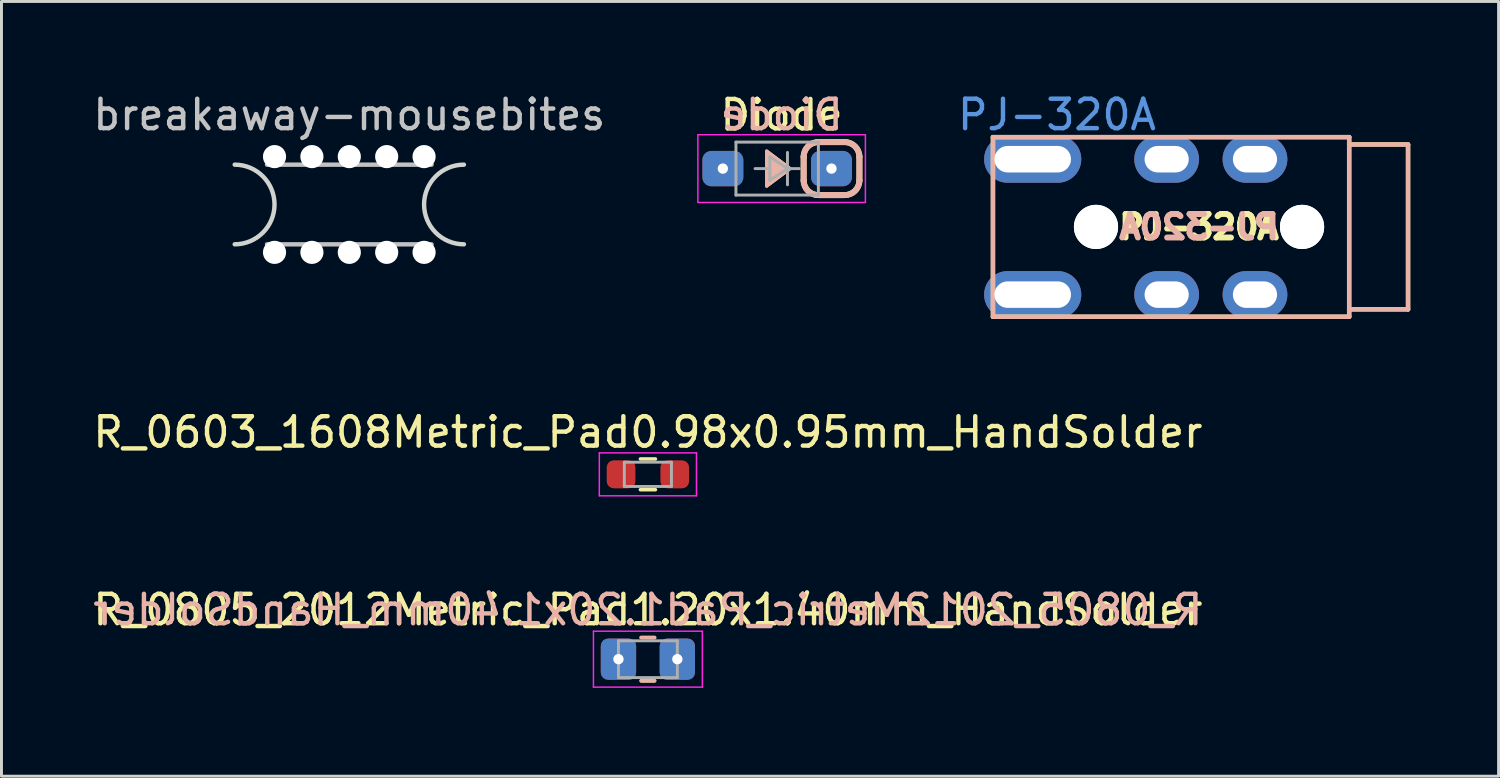
<source format=kicad_pcb>
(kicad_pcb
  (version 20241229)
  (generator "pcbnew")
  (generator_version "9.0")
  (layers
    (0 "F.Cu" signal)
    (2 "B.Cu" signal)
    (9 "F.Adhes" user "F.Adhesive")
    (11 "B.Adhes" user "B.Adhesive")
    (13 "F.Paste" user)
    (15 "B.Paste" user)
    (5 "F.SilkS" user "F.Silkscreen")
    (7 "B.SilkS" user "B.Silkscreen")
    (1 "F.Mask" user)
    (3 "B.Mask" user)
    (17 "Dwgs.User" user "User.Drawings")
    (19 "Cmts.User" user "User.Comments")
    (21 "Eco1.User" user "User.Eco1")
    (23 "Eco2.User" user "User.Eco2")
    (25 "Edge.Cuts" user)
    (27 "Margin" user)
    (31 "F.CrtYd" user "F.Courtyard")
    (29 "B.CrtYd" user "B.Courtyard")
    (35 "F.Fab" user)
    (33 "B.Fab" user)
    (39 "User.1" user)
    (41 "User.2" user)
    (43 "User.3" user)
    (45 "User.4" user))
  (footprint "Diode"
    (layer "F.Cu")
    (at 23.501 2.677)
    (property "Reference" "Diode" (at 0 -1.822 0) (unlocked yes) (layer "F.SilkS") (effects (font (size 1 1) (thickness 0.15))))
    (attr smd)
    (fp_line (start 0.748 0.4) (end 0.748 -0.4) (stroke (width 0.2) (type solid)) (layer "F.SilkS"))
    (fp_line (start 1.248 -0.9) (end 2.142 -0.9) (stroke (width 0.2) (type solid)) (layer "F.SilkS"))
    (fp_line (start 2.142 0.9) (end 1.248 0.9) (stroke (width 0.2) (type solid)) (layer "F.SilkS"))
    (fp_line (start 2.642 0.4) (end 2.642 -0.4) (stroke (width 0.2) (type solid)) (layer "F.SilkS"))
    (fp_arc (start 0.7476 -0.4) (mid 0.894047 -0.753553) (end 1.2476 -0.9) (stroke (width 0.2) (type solid)) (layer "F.SilkS"))
    (fp_arc (start 1.2476 0.9) (mid 0.894047 0.753553) (end 0.7476 0.4) (stroke (width 0.2) (type solid)) (layer "F.SilkS"))
    (fp_arc (start 2.1416 -0.9) (mid 2.495153 -0.753553) (end 2.6416 -0.4) (stroke (width 0.2) (type solid)) (layer "F.SilkS"))
    (fp_arc (start 2.6416 0.4) (mid 2.495153 0.753553) (end 2.1416 0.9) (stroke (width 0.2) (type solid)) (layer "F.SilkS"))
    (fp_poly (pts (xy 0.291 0) (xy -0.509 0.6) (xy -0.509 -0.6)) (stroke (width 0.1) (type solid)) (fill yes) (layer "F.SilkS"))
    (fp_line (start 0.748 -0.4) (end 0.748 0.4) (stroke (width 0.2) (type solid)) (layer "B.SilkS"))
    (fp_line (start 1.248 0.9) (end 2.142 0.9) (stroke (width 0.2) (type solid)) (layer "B.SilkS"))
    (fp_line (start 2.142 -0.9) (end 1.248 -0.9) (stroke (width 0.2) (type solid)) (layer "B.SilkS"))
    (fp_line (start 2.642 -0.4) (end 2.642 0.4) (stroke (width 0.2) (type solid)) (layer "B.SilkS"))
    (fp_arc (start 0.7476 -0.4) (mid 0.894047 -0.753553) (end 1.2476 -0.9) (stroke (width 0.2) (type solid)) (layer "B.SilkS"))
    (fp_arc (start 1.2476 0.9) (mid 0.894047 0.753553) (end 0.7476 0.4) (stroke (width 0.2) (type solid)) (layer "B.SilkS"))
    (fp_arc (start 2.1416 -0.9) (mid 2.495153 -0.753553) (end 2.6416 -0.4) (stroke (width 0.2) (type solid)) (layer "B.SilkS"))
    (fp_arc (start 2.6416 0.4) (mid 2.495153 0.753553) (end 2.1416 0.9) (stroke (width 0.2) (type solid)) (layer "B.SilkS"))
    (fp_poly (pts (xy 0.291 0) (xy -0.509 0.6) (xy -0.509 -0.6)) (stroke (width 0.1) (type solid)) (fill yes) (layer "B.SilkS"))
    (fp_line (start -2.845 -1.15) (end 2.845 -1.15) (stroke (width 0.05) (type solid)) (layer "F.CrtYd"))
    (fp_line (start -2.845 1.15) (end -2.845 -1.15) (stroke (width 0.05) (type solid)) (layer "F.CrtYd"))
    (fp_line (start 2.845 1.15) (end -2.845 1.15) (stroke (width 0.05) (type solid)) (layer "F.CrtYd"))
    (fp_line (start 2.845 1.15) (end 2.845 -1.15) (stroke (width 0.05) (type solid)) (layer "F.CrtYd"))
    (fp_line (start -1.552 -0.9) (end 1.248 -0.9) (stroke (width 0.1) (type solid)) (layer "F.Fab"))
    (fp_line (start -1.552 0.9) (end -1.552 -0.9) (stroke (width 0.1) (type solid)) (layer "F.Fab"))
    (fp_line (start -0.402 -0.4) (end 0.198 0) (stroke (width 0.1) (type solid)) (layer "F.Fab"))
    (fp_line (start -0.402 0) (end -0.902 0) (stroke (width 0.1) (type solid)) (layer "F.Fab"))
    (fp_line (start -0.402 0.4) (end -0.402 -0.4) (stroke (width 0.1) (type solid)) (layer "F.Fab"))
    (fp_line (start 0.198 0) (end -0.402 0.4) (stroke (width 0.1) (type solid)) (layer "F.Fab"))
    (fp_line (start 0.198 0) (end 0.198 -0.55) (stroke (width 0.1) (type solid)) (layer "F.Fab"))
    (fp_line (start 0.198 0) (end 0.198 0.55) (stroke (width 0.1) (type solid)) (layer "F.Fab"))
    (fp_line (start 0.598 0) (end 0.198 0) (stroke (width 0.1) (type solid)) (layer "F.Fab"))
    (fp_line (start 1.248 -0.9) (end 1.248 0.9) (stroke (width 0.1) (type solid)) (layer "F.Fab"))
    (fp_line (start 1.248 0.9) (end -1.552 0.9) (stroke (width 0.1) (type solid)) (layer "F.Fab"))
    (fp_text user "${REFERENCE}" (at 0 -1.829 0) (unlocked yes) (layer "B.SilkS") (effects (font (size 1 1) (thickness 0.15)) (justify mirror)))
    (pad "1" thru_hole roundrect (at 1.693 0 180) (size 1.39 1.2) (drill 0.35) (layers "*.Cu" "*.Paste" "*.Mask") (roundrect_rratio 0.25))
    (pad "2" thru_hole roundrect (at -1.997 0) (size 1.39 1.2) (drill 0.35) (layers "*.Cu" "*.Paste" "*.Mask") (roundrect_rratio 0.25)))
  (footprint "PJ-320A"
    (layer "F.Cu")
    (at 37.679 4.658)
    (property "Reference" "PJ-320A" (at -4.826 -3.81 0) (unlocked yes) (layer "Cmts.User") (effects (font (size 1 1) (thickness 0.15))))
    (attr through_hole)
    (fp_line (start -7 3.05) (end -7 -3.05) (stroke (width 0.15) (type solid)) (layer "F.SilkS"))
    (fp_line (start 5.1 -3.05) (end -7 -3.05) (stroke (width 0.15) (type solid)) (layer "F.SilkS"))
    (fp_line (start 5.1 -2.8) (end 7.1 -2.8) (stroke (width 0.15) (type solid)) (layer "F.SilkS"))
    (fp_line (start 5.1 2.8) (end 7.1 2.8) (stroke (width 0.15) (type solid)) (layer "F.SilkS"))
    (fp_line (start 5.1 3.05) (end -7 3.05) (stroke (width 0.15) (type solid)) (layer "F.SilkS"))
    (fp_line (start 5.1 3.05) (end 5.1 -3.05) (stroke (width 0.15) (type solid)) (layer "F.SilkS"))
    (fp_line (start 7.1 2.8) (end 7.1 -2.8) (stroke (width 0.15) (type solid)) (layer "F.SilkS"))
    (fp_line (start -7 -3.05) (end -7 3.05) (stroke (width 0.15) (type solid)) (layer "B.SilkS"))
    (fp_line (start 5.1 -3.05) (end -7 -3.05) (stroke (width 0.15) (type solid)) (layer "B.SilkS"))
    (fp_line (start 5.1 -3.05) (end 5.1 3.05) (stroke (width 0.15) (type solid)) (layer "B.SilkS"))
    (fp_line (start 5.1 -2.8) (end 7.1 -2.8) (stroke (width 0.15) (type solid)) (layer "B.SilkS"))
    (fp_line (start 5.1 2.8) (end 7.1 2.8) (stroke (width 0.15) (type solid)) (layer "B.SilkS"))
    (fp_line (start 5.1 3.05) (end -7 3.05) (stroke (width 0.15) (type solid)) (layer "B.SilkS"))
    (fp_line (start 7.1 -2.8) (end 7.1 2.8) (stroke (width 0.15) (type solid)) (layer "B.SilkS"))
    (fp_text user "PJ-320A" (at 0 0 0) (layer "F.SilkS") (effects (font (size 0.8 0.8) (thickness 0.2))))
    (fp_text user "PJ-320A" (at 0 0 180) (layer "B.SilkS") (effects (font (size 0.8 0.8) (thickness 0.2)) (justify mirror)))
    (pad "" np_thru_hole circle (at -3.5 0 270) (size 1.5 1.5) (drill 1.5) (layers "*.Cu" "*.Mask"))
    (pad "" np_thru_hole circle (at -3.5 0 270) (size 1.5 1.5) (drill 1.5) (layers "*.Cu" "*.Mask"))
    (pad "" np_thru_hole circle (at 3.5 0 270) (size 1.5 1.5) (drill 1.5) (layers "*.Cu" "*.Mask"))
    (pad "" np_thru_hole circle (at 3.5 0 270) (size 1.5 1.5) (drill 1.5) (layers "*.Cu" "*.Mask"))
    (pad "1" thru_hole oval (at -5.65 -2.3 270) (size 1.6 3.3) (drill oval 0.9 2.6) (layers "*.Cu" "*.Mask"))
    (pad "1" thru_hole oval (at -5.65 2.3 270) (size 1.6 3.3) (drill oval 0.9 2.6) (layers "*.Cu" "*.Mask"))
    (pad "3" thru_hole oval (at -1.1 -2.3 270) (size 1.6 2.2) (drill oval 0.9 1.5) (layers "*.Cu" "*.Mask"))
    (pad "3" thru_hole oval (at -1.1 2.3 270) (size 1.6 2.2) (drill oval 0.9 1.5) (layers "*.Cu" "*.Mask"))
    (pad "4" thru_hole oval (at 1.9 -2.3 270) (size 1.6 2.2) (drill oval 0.9 1.5) (layers "*.Cu" "*.Mask"))
    (pad "4" thru_hole oval (at 1.9 2.3 270) (size 1.6 2.2) (drill oval 0.9 1.5) (layers "*.Cu" "*.Mask")))
  (footprint "R_0603_1608Metric_Pad0.98x0.95mm_HandSolder"
    (layer "F.Cu")
    (at 18.958 13.062)
    (property "Reference" "R_0603_1608Metric_Pad0.98x0.95mm_HandSolder" (at 0 -1.43 0) (layer "F.SilkS") (effects (font (size 1 1) (thickness 0.15))))
    (attr smd)
    (fp_line (start -0.255 -0.522) (end 0.255 -0.522) (stroke (width 0.12) (type solid)) (layer "F.SilkS"))
    (fp_line (start -0.255 0.522) (end 0.255 0.522) (stroke (width 0.12) (type solid)) (layer "F.SilkS"))
    (fp_line (start -1.65 -0.73) (end 1.65 -0.73) (stroke (width 0.05) (type solid)) (layer "F.CrtYd"))
    (fp_line (start -1.65 0.73) (end -1.65 -0.73) (stroke (width 0.05) (type solid)) (layer "F.CrtYd"))
    (fp_line (start 1.65 -0.73) (end 1.65 0.73) (stroke (width 0.05) (type solid)) (layer "F.CrtYd"))
    (fp_line (start 1.65 0.73) (end -1.65 0.73) (stroke (width 0.05) (type solid)) (layer "F.CrtYd"))
    (fp_line (start -0.8 -0.412) (end 0.8 -0.412) (stroke (width 0.1) (type solid)) (layer "F.Fab"))
    (fp_line (start -0.8 0.412) (end -0.8 -0.412) (stroke (width 0.1) (type solid)) (layer "F.Fab"))
    (fp_line (start 0.8 -0.412) (end 0.8 0.412) (stroke (width 0.1) (type solid)) (layer "F.Fab"))
    (fp_line (start 0.8 0.412) (end -0.8 0.412) (stroke (width 0.1) (type solid)) (layer "F.Fab"))
    (pad "1" smd roundrect (at -0.912 0) (size 0.975 0.95) (layers "F.Cu" "F.Mask" "F.Paste") (roundrect_rratio 0.25))
    (pad "2" smd roundrect (at 0.912 0) (size 0.975 0.95) (layers "F.Cu" "F.Mask" "F.Paste") (roundrect_rratio 0.25)))
  (footprint "R_0805_2012Metric_Pad1.20x1.40mm_HandSolder"
    (layer "F.Cu")
    (at 18.958 19.341)
    (property "Reference" "R_0805_2012Metric_Pad1.20x1.40mm_HandSolder" (at 0 -1.676 0) (layer "F.SilkS") (effects (font (size 1 1) (thickness 0.15))))
    (attr smd)
    (fp_line (start -0.227 -0.735) (end 0.227 -0.735) (stroke (width 0.12) (type solid)) (layer "F.SilkS"))
    (fp_line (start -0.227 0.735) (end 0.227 0.735) (stroke (width 0.12) (type solid)) (layer "F.SilkS"))
    (fp_line (start 0.227 -0.735) (end -0.227 -0.735) (stroke (width 0.12) (type solid)) (layer "B.SilkS"))
    (fp_line (start 0.227 0.735) (end -0.227 0.735) (stroke (width 0.12) (type solid)) (layer "B.SilkS"))
    (fp_line (start -1.85 -0.95) (end 1.85 -0.95) (stroke (width 0.05) (type solid)) (layer "F.CrtYd"))
    (fp_line (start -1.85 0.95) (end -1.85 -0.95) (stroke (width 0.05) (type solid)) (layer "F.CrtYd"))
    (fp_line (start 1.85 -0.95) (end 1.85 0.95) (stroke (width 0.05) (type solid)) (layer "F.CrtYd"))
    (fp_line (start 1.85 0.95) (end -1.85 0.95) (stroke (width 0.05) (type solid)) (layer "F.CrtYd"))
    (fp_line (start -1 -0.625) (end 1 -0.625) (stroke (width 0.1) (type solid)) (layer "F.Fab"))
    (fp_line (start -1 0.625) (end -1 -0.625) (stroke (width 0.1) (type solid)) (layer "F.Fab"))
    (fp_line (start 1 -0.625) (end 1 0.625) (stroke (width 0.1) (type solid)) (layer "F.Fab"))
    (fp_line (start 1 0.625) (end -1 0.625) (stroke (width 0.1) (type solid)) (layer "F.Fab"))
    (fp_text user "${REFERENCE}" (at 0 -1.676 0) (layer "B.SilkS") (effects (font (size 1 1) (thickness 0.15)) (justify mirror)))
    (pad "1" thru_hole roundrect (at -1 0) (size 1.2 1.4) (drill 0.35) (layers "*.Cu" "*.Paste" "*.Mask") (roundrect_rratio 0.208))
    (pad "2" thru_hole roundrect (at 1 0) (size 1.2 1.4) (drill 0.35) (layers "*.Cu" "*.Paste" "*.Mask") (roundrect_rratio 0.208)))
  (footprint "breakaway-mousebites"
    (layer "F.Cu")
    (at 8.815 3.896)
    (property "Reference" "breakaway-mousebites" (at 0 -3.048 0) (layer "Dwgs.User") (effects (font (size 1 1) (thickness 0.15))))
    (attr through_hole)
    (fp_line (start -2.794 -1.353) (end 2.794 -1.353) (stroke (width 0.15) (type solid)) (layer "Dwgs.User"))
    (fp_line (start 2.794 1.353) (end -2.794 1.353) (stroke (width 0.15) (type solid)) (layer "Dwgs.User"))
    (fp_arc (start -3.892563 -1.352571) (mid -2.54 0) (end -3.892565 1.35257) (stroke (width 0.15) (type solid)) (layer "Edge.Cuts"))
    (fp_arc (start 3.892563 1.352571) (mid 2.54 0) (end 3.892565 -1.35257) (stroke (width 0.15) (type solid)) (layer "Edge.Cuts"))
    (pad "" np_thru_hole circle (at -2.54 -1.626) (size 0.787 0.787) (drill 0.787) (layers "*.Cu" "*.Mask"))
    (pad "" np_thru_hole circle (at -2.54 1.626 180) (size 0.787 0.787) (drill 0.787) (layers "*.Cu" "*.Mask"))
    (pad "" np_thru_hole circle (at -1.27 -1.626) (size 0.787 0.787) (drill 0.787) (layers "*.Cu" "*.Mask"))
    (pad "" np_thru_hole circle (at -1.27 1.626 180) (size 0.787 0.787) (drill 0.787) (layers "*.Cu" "*.Mask"))
    (pad "" np_thru_hole circle (at 0 -1.626) (size 0.787 0.787) (drill 0.787) (layers "*.Cu" "*.Mask"))
    (pad "" np_thru_hole circle (at 0 1.626 180) (size 0.787 0.787) (drill 0.787) (layers "*.Cu" "*.Mask"))
    (pad "" np_thru_hole circle (at 1.27 -1.626) (size 0.787 0.787) (drill 0.787) (layers "*.Cu" "*.Mask"))
    (pad "" np_thru_hole circle (at 1.27 1.626 180) (size 0.787 0.787) (drill 0.787) (layers "*.Cu" "*.Mask"))
    (pad "" np_thru_hole circle (at 2.54 -1.626) (size 0.787 0.787) (drill 0.787) (layers "*.Cu" "*.Mask"))
    (pad "" np_thru_hole circle (at 2.54 1.626 180) (size 0.787 0.787) (drill 0.787) (layers "*.Cu" "*.Mask")))
  (gr_rect
    (start -3 -3)
    (end 47.854 23.316)
    (stroke (width 0.1) (type default))
    (fill no)
    (layer "Edge.Cuts")))
</source>
